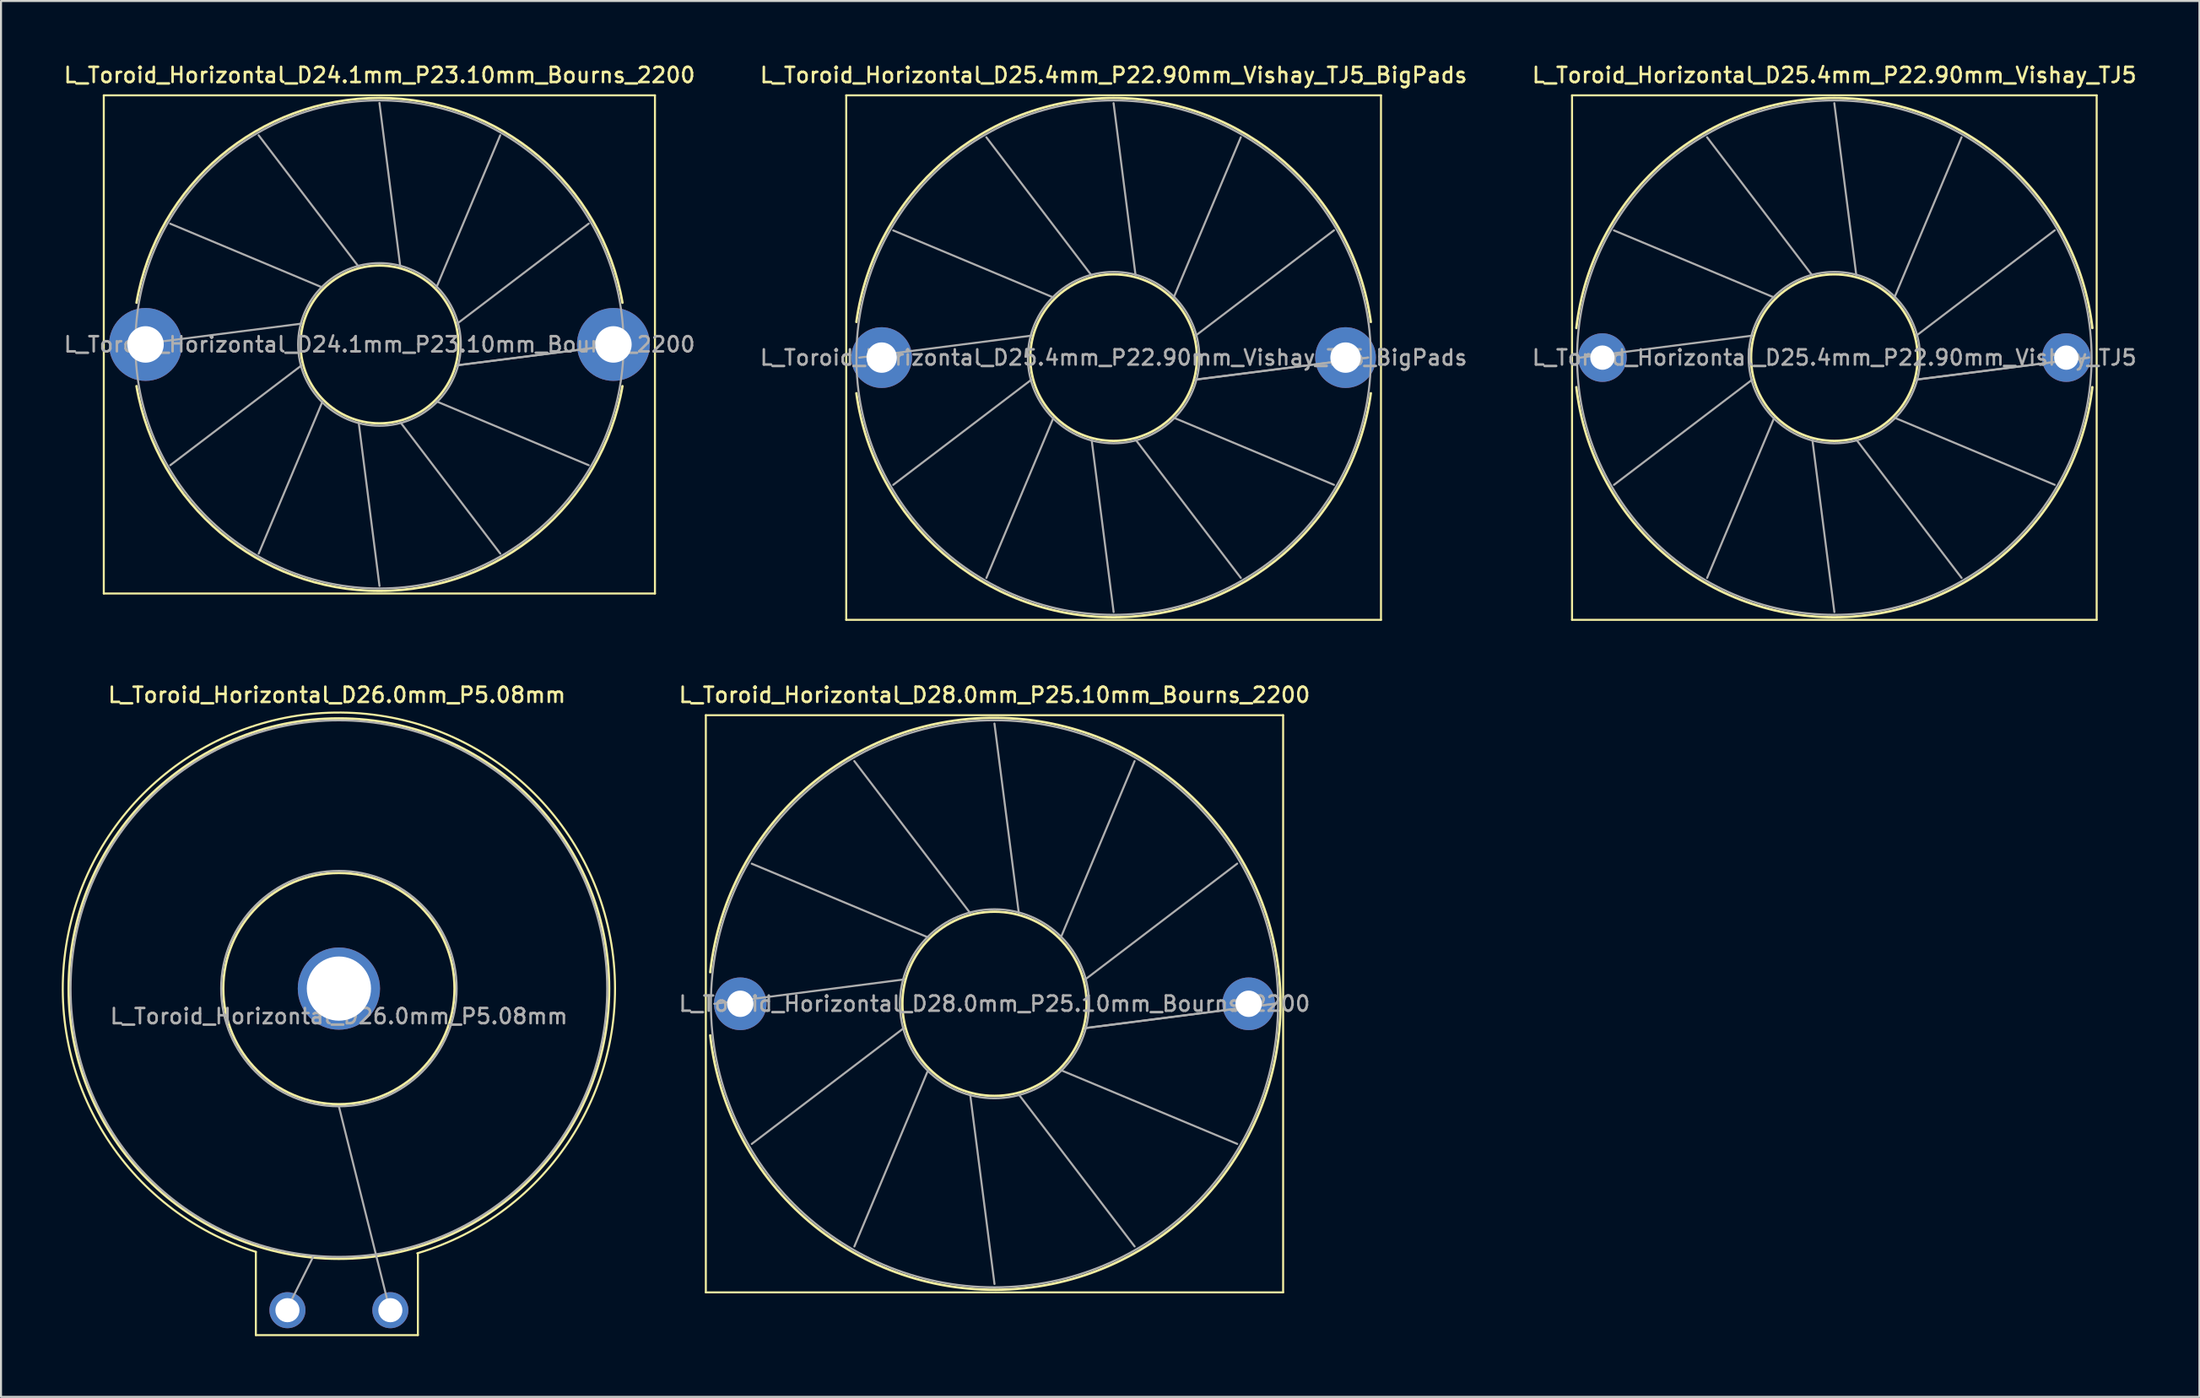
<source format=kicad_pcb>
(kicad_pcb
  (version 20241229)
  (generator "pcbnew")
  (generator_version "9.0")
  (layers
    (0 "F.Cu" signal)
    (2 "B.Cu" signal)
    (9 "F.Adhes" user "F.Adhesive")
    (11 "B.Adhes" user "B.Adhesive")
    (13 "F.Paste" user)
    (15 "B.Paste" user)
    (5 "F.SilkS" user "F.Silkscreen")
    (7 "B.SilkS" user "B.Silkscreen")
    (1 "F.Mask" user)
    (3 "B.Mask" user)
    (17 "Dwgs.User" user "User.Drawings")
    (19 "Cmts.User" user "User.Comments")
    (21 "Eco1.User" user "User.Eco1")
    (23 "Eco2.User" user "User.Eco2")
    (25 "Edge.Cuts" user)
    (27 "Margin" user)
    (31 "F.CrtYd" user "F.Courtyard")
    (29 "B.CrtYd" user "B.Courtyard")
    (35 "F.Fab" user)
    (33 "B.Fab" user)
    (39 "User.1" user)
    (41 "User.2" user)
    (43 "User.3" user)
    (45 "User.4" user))
  (footprint "L_Toroid_Horizontal_D25.4mm_P22.90mm_Vishay_TJ5"
    (layer "F.Cu")
    (at 76.059 14.608)
    (property "Reference" "L_Toroid_Horizontal_D25.4mm_P22.90mm_Vishay_TJ5" (at 11.45 -13.95 0) (layer "F.SilkS") (effects (font (size 0.75 0.75) (thickness 0.125))))
    (attr through_hole)
    (fp_line (start -1.5 -12.95) (end -1.5 12.95) (stroke (width 0.1) (type solid)) (layer "F.SilkS"))
    (fp_line (start -1.5 12.95) (end 24.4 12.95) (stroke (width 0.1) (type solid)) (layer "F.SilkS"))
    (fp_line (start 24.4 -12.95) (end -1.5 -12.95) (stroke (width 0.1) (type solid)) (layer "F.SilkS"))
    (fp_line (start 24.4 12.95) (end 24.4 -12.95) (stroke (width 0.1) (type solid)) (layer "F.SilkS"))
    (fp_arc (start -1.286593 -1.46) (mid 11.45 -12.82) (end 24.186593 -1.46) (stroke (width 0.12) (type solid)) (layer "F.SilkS"))
    (fp_arc (start 24.186593 1.46) (mid 11.45 12.82) (end -1.286593 1.46) (stroke (width 0.12) (type solid)) (layer "F.SilkS"))
    (fp_circle (center 11.45 0) (end 15.563 0) (stroke (width 0.12) (type solid)) (fill no) (layer "F.SilkS"))
    (fp_line (start -1.114 0.001) (end 7.397 -1.085) (stroke (width 0.1) (type solid)) (layer "F.Fab"))
    (fp_line (start 0.569 -6.281) (end 8.483 -2.966) (stroke (width 0.1) (type solid)) (layer "F.Fab"))
    (fp_line (start 0.57 6.283) (end 7.397 1.086) (stroke (width 0.1) (type solid)) (layer "F.Fab"))
    (fp_line (start 5.167 -10.88) (end 10.364 -4.052) (stroke (width 0.1) (type solid)) (layer "F.Fab"))
    (fp_line (start 5.169 10.881) (end 8.483 2.967) (stroke (width 0.1) (type solid)) (layer "F.Fab"))
    (fp_line (start 11.448 -12.564) (end 12.535 -4.053) (stroke (width 0.1) (type solid)) (layer "F.Fab"))
    (fp_line (start 11.451 12.564) (end 10.364 4.053) (stroke (width 0.1) (type solid)) (layer "F.Fab"))
    (fp_line (start 17.73 -10.881) (end 14.416 -2.967) (stroke (width 0.1) (type solid)) (layer "F.Fab"))
    (fp_line (start 17.732 10.88) (end 12.536 4.053) (stroke (width 0.1) (type solid)) (layer "F.Fab"))
    (fp_line (start 22.329 -6.284) (end 15.502 -1.087) (stroke (width 0.1) (type solid)) (layer "F.Fab"))
    (fp_line (start 22.33 6.282) (end 14.417 2.967) (stroke (width 0.1) (type solid)) (layer "F.Fab"))
    (fp_line (start 24.014 -0.002) (end 15.503 1.085) (stroke (width 0.1) (type solid)) (layer "F.Fab"))
    (fp_line (start 24.014 0) (end 15.503 1.086) (stroke (width 0.1) (type solid)) (layer "F.Fab"))
    (fp_circle (center 11.45 0) (end 15.683 0) (stroke (width 0.1) (type solid)) (fill no) (layer "F.Fab"))
    (fp_circle (center 11.45 0) (end 24.15 0) (stroke (width 0.1) (type solid)) (fill no) (layer "F.Fab"))
    (fp_text user "${REFERENCE}" (at 11.45 0 0) (layer "F.Fab") (effects (font (size 0.75 0.75) (thickness 0.125))))
    (pad "1" thru_hole circle (at 0 0) (size 2.4 2.4) (drill 1.2) (layers "*.Cu" "*.Mask"))
    (pad "2" thru_hole circle (at 22.9 0) (size 2.4 2.4) (drill 1.2) (layers "*.Cu" "*.Mask")))
  (footprint "L_Toroid_Horizontal_D26.0mm_P5.08mm"
    (layer "F.Cu")
    (at 11.141 61.646)
    (property "Reference" "L_Toroid_Horizontal_D26.0mm_P5.08mm" (at 2.44 -30.38 0) (layer "F.SilkS") (effects (font (size 0.75 0.75) (thickness 0.125))))
    (attr through_hole)
    (fp_line (start -1.56 -2.88) (end -1.56 1.23) (stroke (width 0.1) (type solid)) (layer "F.SilkS"))
    (fp_line (start -1.56 1.23) (end 6.44 1.23) (stroke (width 0.1) (type solid)) (layer "F.SilkS"))
    (fp_line (start 6.44 1.23) (end 6.44 -2.78) (stroke (width 0.1) (type solid)) (layer "F.SilkS"))
    (fp_arc (start -1.56 -2.88) (mid 2.660017 -29.510686) (end 6.410454 -2.809821) (stroke (width 0.1) (type solid)) (layer "F.SilkS"))
    (fp_circle (center 2.54 -15.88) (end -10.8 -15.88) (stroke (width 0.12) (type solid)) (fill no) (layer "F.SilkS"))
    (fp_circle (center 2.54 -15.88) (end 8.25 -15.88) (stroke (width 0.12) (type solid)) (fill no) (layer "F.SilkS"))
    (fp_line (start 0 -0.1) (end 1.27 -2.64) (stroke (width 0.1) (type solid)) (layer "F.Fab"))
    (fp_line (start 5.08 0.1) (end 2.54 -10.06) (stroke (width 0.1) (type solid)) (layer "F.Fab"))
    (fp_circle (center 2.54 -15.88) (end 1.44 -2.68) (stroke (width 0.1) (type solid)) (fill no) (layer "F.Fab"))
    (fp_circle (center 2.54 -15.88) (end 2.34 -10.07) (stroke (width 0.1) (type solid)) (fill no) (layer "F.Fab"))
    (fp_text user "${REFERENCE}" (at 2.54 -14.513 0) (layer "F.Fab") (effects (font (size 0.75 0.75) (thickness 0.125))))
    (pad "" thru_hole circle (at 2.54 -15.88) (size 4.06 4.06) (drill 3.17) (layers "*.Cu" "*.Mask"))
    (pad "1" thru_hole circle (at 0 0) (size 1.78 1.78) (drill 1.19) (layers "*.Cu" "*.Mask"))
    (pad "2" thru_hole circle (at 5.08 0) (size 1.78 1.78) (drill 1.19) (layers "*.Cu" "*.Mask")))
  (footprint "L_Toroid_Horizontal_D25.4mm_P22.90mm_Vishay_TJ5_BigPads"
    (layer "F.Cu")
    (at 40.477 14.608)
    (property "Reference" "L_Toroid_Horizontal_D25.4mm_P22.90mm_Vishay_TJ5_BigPads" (at 11.45 -13.95 0) (layer "F.SilkS") (effects (font (size 0.75 0.75) (thickness 0.125))))
    (attr through_hole)
    (fp_line (start -1.75 -12.95) (end -1.75 12.95) (stroke (width 0.1) (type solid)) (layer "F.SilkS"))
    (fp_line (start -1.75 12.95) (end 24.65 12.95) (stroke (width 0.1) (type solid)) (layer "F.SilkS"))
    (fp_line (start 24.65 -12.95) (end -1.75 -12.95) (stroke (width 0.1) (type solid)) (layer "F.SilkS"))
    (fp_line (start 24.65 12.95) (end 24.65 -12.95) (stroke (width 0.1) (type solid)) (layer "F.SilkS"))
    (fp_arc (start -1.248614 -1.76) (mid 11.45 -12.82) (end 24.148614 -1.76) (stroke (width 0.12) (type solid)) (layer "F.SilkS"))
    (fp_arc (start 24.148614 1.76) (mid 11.45 12.82) (end -1.248614 1.76) (stroke (width 0.12) (type solid)) (layer "F.SilkS"))
    (fp_circle (center 11.45 0) (end 15.563 0) (stroke (width 0.12) (type solid)) (fill no) (layer "F.SilkS"))
    (fp_line (start -1.114 0.001) (end 7.397 -1.085) (stroke (width 0.1) (type solid)) (layer "F.Fab"))
    (fp_line (start 0.569 -6.281) (end 8.483 -2.966) (stroke (width 0.1) (type solid)) (layer "F.Fab"))
    (fp_line (start 0.57 6.283) (end 7.397 1.086) (stroke (width 0.1) (type solid)) (layer "F.Fab"))
    (fp_line (start 5.167 -10.88) (end 10.364 -4.052) (stroke (width 0.1) (type solid)) (layer "F.Fab"))
    (fp_line (start 5.169 10.881) (end 8.483 2.967) (stroke (width 0.1) (type solid)) (layer "F.Fab"))
    (fp_line (start 11.448 -12.564) (end 12.535 -4.053) (stroke (width 0.1) (type solid)) (layer "F.Fab"))
    (fp_line (start 11.451 12.564) (end 10.364 4.053) (stroke (width 0.1) (type solid)) (layer "F.Fab"))
    (fp_line (start 17.73 -10.881) (end 14.416 -2.967) (stroke (width 0.1) (type solid)) (layer "F.Fab"))
    (fp_line (start 17.732 10.88) (end 12.536 4.053) (stroke (width 0.1) (type solid)) (layer "F.Fab"))
    (fp_line (start 22.329 -6.284) (end 15.502 -1.087) (stroke (width 0.1) (type solid)) (layer "F.Fab"))
    (fp_line (start 22.33 6.282) (end 14.417 2.967) (stroke (width 0.1) (type solid)) (layer "F.Fab"))
    (fp_line (start 24.014 -0.002) (end 15.503 1.085) (stroke (width 0.1) (type solid)) (layer "F.Fab"))
    (fp_line (start 24.014 0) (end 15.503 1.086) (stroke (width 0.1) (type solid)) (layer "F.Fab"))
    (fp_circle (center 11.45 0) (end 15.683 0) (stroke (width 0.1) (type solid)) (fill no) (layer "F.Fab"))
    (fp_circle (center 11.45 0) (end 24.15 0) (stroke (width 0.1) (type solid)) (fill no) (layer "F.Fab"))
    (fp_text user "${REFERENCE}" (at 11.45 0 0) (layer "F.Fab") (effects (font (size 0.75 0.75) (thickness 0.125))))
    (pad "1" thru_hole circle (at 0 0) (size 3 3) (drill 1.5) (layers "*.Cu" "*.Mask"))
    (pad "2" thru_hole circle (at 22.9 0) (size 3 3) (drill 1.5) (layers "*.Cu" "*.Mask")))
  (footprint "L_Toroid_Horizontal_D24.1mm_P23.10mm_Bourns_2200"
    (layer "F.Cu")
    (at 4.134 13.958)
    (property "Reference" "L_Toroid_Horizontal_D24.1mm_P23.10mm_Bourns_2200" (at 11.55 -13.3 0) (layer "F.SilkS") (effects (font (size 0.75 0.75) (thickness 0.125))))
    (attr through_hole)
    (fp_line (start -2.06 -12.3) (end -2.06 12.3) (stroke (width 0.1) (type solid)) (layer "F.SilkS"))
    (fp_line (start -2.06 12.3) (end 25.15 12.3) (stroke (width 0.1) (type solid)) (layer "F.SilkS"))
    (fp_line (start 25.15 -12.3) (end -2.06 -12.3) (stroke (width 0.1) (type solid)) (layer "F.SilkS"))
    (fp_line (start 25.15 12.3) (end 25.15 -12.3) (stroke (width 0.1) (type solid)) (layer "F.SilkS"))
    (fp_arc (start -0.444386 -2.06) (mid 11.55 -12.17) (end 23.544386 -2.06) (stroke (width 0.12) (type solid)) (layer "F.SilkS"))
    (fp_arc (start 23.544386 2.06) (mid 11.55 12.17) (end -0.444386 2.06) (stroke (width 0.12) (type solid)) (layer "F.SilkS"))
    (fp_circle (center 11.55 0) (end 15.447 0) (stroke (width 0.12) (type solid)) (fill no) (layer "F.SilkS"))
    (fp_line (start -0.377 0.001) (end 7.711 -1.028) (stroke (width 0.1) (type solid)) (layer "F.Fab"))
    (fp_line (start 1.221 -5.962) (end 8.739 -2.81) (stroke (width 0.1) (type solid)) (layer "F.Fab"))
    (fp_line (start 1.222 5.964) (end 7.711 1.029) (stroke (width 0.1) (type solid)) (layer "F.Fab"))
    (fp_line (start 5.585 -10.328) (end 10.521 -3.839) (stroke (width 0.1) (type solid)) (layer "F.Fab"))
    (fp_line (start 5.587 10.329) (end 8.74 2.811) (stroke (width 0.1) (type solid)) (layer "F.Fab"))
    (fp_line (start 11.548 -11.927) (end 12.578 -3.839) (stroke (width 0.1) (type solid)) (layer "F.Fab"))
    (fp_line (start 11.551 11.927) (end 10.522 3.839) (stroke (width 0.1) (type solid)) (layer "F.Fab"))
    (fp_line (start 17.512 -10.33) (end 14.36 -2.811) (stroke (width 0.1) (type solid)) (layer "F.Fab"))
    (fp_line (start 17.514 10.329) (end 12.579 3.839) (stroke (width 0.1) (type solid)) (layer "F.Fab"))
    (fp_line (start 21.878 -5.965) (end 15.389 -1.029) (stroke (width 0.1) (type solid)) (layer "F.Fab"))
    (fp_line (start 21.879 5.963) (end 14.361 2.81) (stroke (width 0.1) (type solid)) (layer "F.Fab"))
    (fp_line (start 23.477 -0.002) (end 15.389 1.028) (stroke (width 0.1) (type solid)) (layer "F.Fab"))
    (fp_line (start 23.477 0) (end 15.389 1.029) (stroke (width 0.1) (type solid)) (layer "F.Fab"))
    (fp_circle (center 11.55 0) (end 15.567 0) (stroke (width 0.1) (type solid)) (fill no) (layer "F.Fab"))
    (fp_circle (center 11.55 0) (end 23.6 0) (stroke (width 0.1) (type solid)) (fill no) (layer "F.Fab"))
    (fp_text user "${REFERENCE}" (at 11.55 0 0) (layer "F.Fab") (effects (font (size 0.75 0.75) (thickness 0.125))))
    (pad "1" thru_hole circle (at 0 0) (size 3.6 3.6) (drill 1.8) (layers "*.Cu" "*.Mask"))
    (pad "2" thru_hole circle (at 23.1 0) (size 3.6 3.6) (drill 1.8) (layers "*.Cu" "*.Mask")))
  (footprint "L_Toroid_Horizontal_D28.0mm_P25.10mm_Bourns_2200"
    (layer "F.Cu")
    (at 33.496 46.516)
    (property "Reference" "L_Toroid_Horizontal_D28.0mm_P25.10mm_Bourns_2200" (at 12.55 -15.25 0) (layer "F.SilkS") (effects (font (size 0.75 0.75) (thickness 0.125))))
    (attr through_hole)
    (fp_line (start -1.7 -14.25) (end -1.7 14.25) (stroke (width 0.1) (type solid)) (layer "F.SilkS"))
    (fp_line (start -1.7 14.25) (end 26.8 14.25) (stroke (width 0.1) (type solid)) (layer "F.SilkS"))
    (fp_line (start 26.8 -14.25) (end -1.7 -14.25) (stroke (width 0.1) (type solid)) (layer "F.SilkS"))
    (fp_line (start 26.8 14.25) (end 26.8 -14.25) (stroke (width 0.1) (type solid)) (layer "F.SilkS"))
    (fp_arc (start -1.48356 -1.56) (mid 26.67 0) (end -1.48356 1.56) (stroke (width 0.12) (type solid)) (layer "F.SilkS"))
    (fp_circle (center 12.55 0) (end 17.097 0) (stroke (width 0.12) (type solid)) (fill no) (layer "F.SilkS"))
    (fp_line (start -1.288 0.001) (end 8.07 -1.2) (stroke (width 0.1) (type solid)) (layer "F.Fab"))
    (fp_line (start 0.566 -6.918) (end 9.27 -3.279) (stroke (width 0.1) (type solid)) (layer "F.Fab"))
    (fp_line (start 0.567 6.92) (end 8.071 1.201) (stroke (width 0.1) (type solid)) (layer "F.Fab"))
    (fp_line (start 5.63 -11.983) (end 11.349 -4.479) (stroke (width 0.1) (type solid)) (layer "F.Fab"))
    (fp_line (start 5.632 11.984) (end 9.271 3.28) (stroke (width 0.1) (type solid)) (layer "F.Fab"))
    (fp_line (start 12.548 -13.838) (end 13.75 -4.48) (stroke (width 0.1) (type solid)) (layer "F.Fab"))
    (fp_line (start 12.551 13.838) (end 11.35 4.48) (stroke (width 0.1) (type solid)) (layer "F.Fab"))
    (fp_line (start 19.467 -11.985) (end 15.829 -3.28) (stroke (width 0.1) (type solid)) (layer "F.Fab"))
    (fp_line (start 19.469 11.983) (end 13.75 4.48) (stroke (width 0.1) (type solid)) (layer "F.Fab"))
    (fp_line (start 24.533 -6.921) (end 17.029 -1.201) (stroke (width 0.1) (type solid)) (layer "F.Fab"))
    (fp_line (start 24.534 6.919) (end 15.829 3.279) (stroke (width 0.1) (type solid)) (layer "F.Fab"))
    (fp_line (start 26.388 -0.003) (end 17.03 1.199) (stroke (width 0.1) (type solid)) (layer "F.Fab"))
    (fp_line (start 26.388 0) (end 17.03 1.2) (stroke (width 0.1) (type solid)) (layer "F.Fab"))
    (fp_circle (center 12.55 0) (end 17.217 0) (stroke (width 0.1) (type solid)) (fill no) (layer "F.Fab"))
    (fp_circle (center 12.55 0) (end 26.55 0) (stroke (width 0.1) (type solid)) (fill no) (layer "F.Fab"))
    (fp_text user "${REFERENCE}" (at 12.55 0 0) (layer "F.Fab") (effects (font (size 0.75 0.75) (thickness 0.125))))
    (pad "1" thru_hole circle (at 0 0) (size 2.6 2.6) (drill 1.3) (layers "*.Cu" "*.Mask"))
    (pad "2" thru_hole circle (at 25.1 0) (size 2.6 2.6) (drill 1.3) (layers "*.Cu" "*.Mask")))
  (gr_rect
    (start -3 -3)
    (end 105.532 65.926)
    (stroke (width 0.1) (type default))
    (fill no)
    (layer "Edge.Cuts")))
</source>
